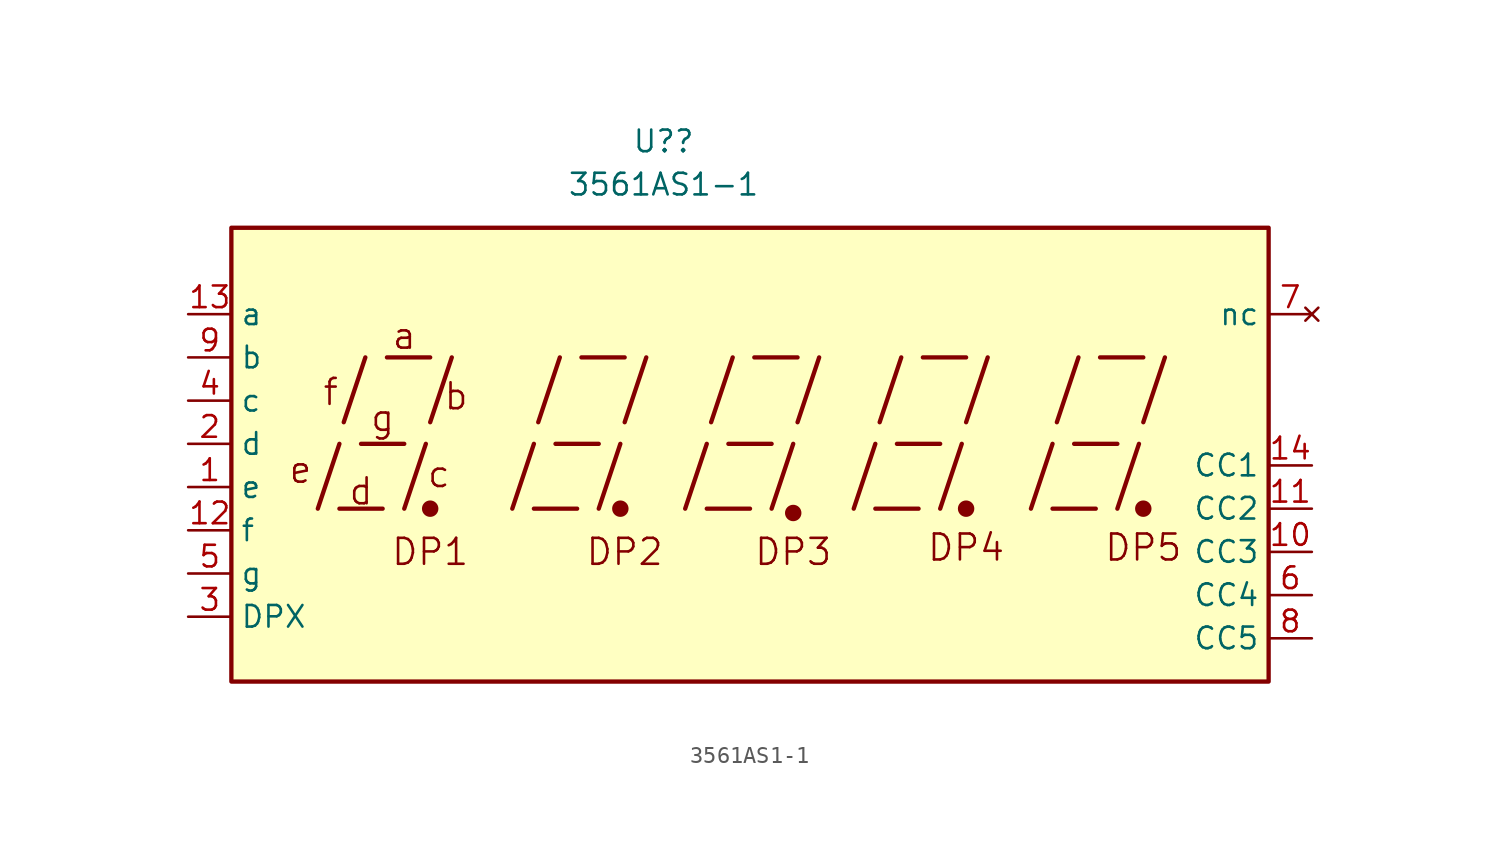
<source format=kicad_sym>
(kicad_symbol_lib
  (version 20211014)
  (generator kicad_symbol_editor)
  (symbol "3561AS1-1"
    (property "Reference" "U?"
      (at 0 17.78 0)
      (effects (font (size 1.27 1.27))))
    (property "Value" "3561AS1-1"
      (at 0 15.24 0)
      (effects (font (size 1.27 1.27))))
    (symbol "3561AS1-1_0_0"
      (rectangle (start -25.4 12.7) (end 35.56 -13.97) (stroke (width 0.254) (type default) (color 0 0 0 0)) (fill (type background)))
      (polyline (pts (xy -20.32 -3.81) (xy -19.05 0)) (stroke (width 0.254) (type default) (color 0 0 0 0)) (fill (type none)))
      (polyline (pts (xy -19.05 -3.81) (xy -16.51 -3.81)) (stroke (width 0.254) (type default) (color 0 0 0 0)) (fill (type none)))
      (polyline (pts (xy -18.796 1.27) (xy -17.526 5.08)) (stroke (width 0.254) (type default) (color 0 0 0 0)) (fill (type none)))
      (polyline (pts (xy -17.78 0) (xy -15.24 0)) (stroke (width 0.254) (type default) (color 0 0 0 0)) (fill (type none)))
      (polyline (pts (xy -16.256 5.08) (xy -13.716 5.08)) (stroke (width 0.254) (type default) (color 0 0 0 0)) (fill (type none)))
      (polyline (pts (xy -15.24 -3.81) (xy -13.97 0)) (stroke (width 0.254) (type default) (color 0 0 0 0)) (fill (type none)))
      (polyline (pts (xy -13.716 1.27) (xy -12.446 5.08)) (stroke (width 0.254) (type default) (color 0 0 0 0)) (fill (type none)))
      (polyline (pts (xy -8.89 -3.81) (xy -7.62 0)) (stroke (width 0.254) (type default) (color 0 0 0 0)) (fill (type none)))
      (polyline (pts (xy -7.62 -3.81) (xy -5.08 -3.81)) (stroke (width 0.254) (type default) (color 0 0 0 0)) (fill (type none)))
      (polyline (pts (xy -7.366 1.27) (xy -6.096 5.08)) (stroke (width 0.254) (type default) (color 0 0 0 0)) (fill (type none)))
      (polyline (pts (xy -6.35 0) (xy -3.81 0)) (stroke (width 0.254) (type default) (color 0 0 0 0)) (fill (type none)))
      (polyline (pts (xy -4.826 5.08) (xy -2.286 5.08)) (stroke (width 0.254) (type default) (color 0 0 0 0)) (fill (type none)))
      (polyline (pts (xy -3.81 -3.81) (xy -2.54 0)) (stroke (width 0.254) (type default) (color 0 0 0 0)) (fill (type none)))
      (polyline (pts (xy -2.286 1.27) (xy -1.016 5.08)) (stroke (width 0.254) (type default) (color 0 0 0 0)) (fill (type none)))
      (polyline (pts (xy 1.27 -3.81) (xy 2.54 0)) (stroke (width 0.254) (type default) (color 0 0 0 0)) (fill (type none)))
      (polyline (pts (xy 2.54 -3.81) (xy 5.08 -3.81)) (stroke (width 0.254) (type default) (color 0 0 0 0)) (fill (type none)))
      (polyline (pts (xy 2.794 1.27) (xy 4.064 5.08)) (stroke (width 0.254) (type default) (color 0 0 0 0)) (fill (type none)))
      (polyline (pts (xy 3.81 0) (xy 6.35 0)) (stroke (width 0.254) (type default) (color 0 0 0 0)) (fill (type none)))
      (polyline (pts (xy 5.334 5.08) (xy 7.874 5.08)) (stroke (width 0.254) (type default) (color 0 0 0 0)) (fill (type none)))
      (polyline (pts (xy 6.35 -3.81) (xy 7.62 0)) (stroke (width 0.254) (type default) (color 0 0 0 0)) (fill (type none)))
      (polyline (pts (xy 7.874 1.27) (xy 9.144 5.08)) (stroke (width 0.254) (type default) (color 0 0 0 0)) (fill (type none)))
      (polyline (pts (xy 11.176 -3.81) (xy 12.446 0)) (stroke (width 0.254) (type default) (color 0 0 0 0)) (fill (type none)))
      (polyline (pts (xy 12.446 -3.81) (xy 14.986 -3.81)) (stroke (width 0.254) (type default) (color 0 0 0 0)) (fill (type none)))
      (polyline (pts (xy 12.7 1.27) (xy 13.97 5.08)) (stroke (width 0.254) (type default) (color 0 0 0 0)) (fill (type none)))
      (polyline (pts (xy 13.716 0) (xy 16.256 0)) (stroke (width 0.254) (type default) (color 0 0 0 0)) (fill (type none)))
      (polyline (pts (xy 15.24 5.08) (xy 17.78 5.08)) (stroke (width 0.254) (type default) (color 0 0 0 0)) (fill (type none)))
      (polyline (pts (xy 16.256 -3.81) (xy 17.526 0)) (stroke (width 0.254) (type default) (color 0 0 0 0)) (fill (type none)))
      (polyline (pts (xy 17.78 1.27) (xy 19.05 5.08)) (stroke (width 0.254) (type default) (color 0 0 0 0)) (fill (type none)))
      (polyline (pts (xy 21.59 -3.81) (xy 22.86 0)) (stroke (width 0.254) (type default) (color 0 0 0 0)) (fill (type none)))
      (polyline (pts (xy 22.86 -3.81) (xy 25.4 -3.81)) (stroke (width 0.254) (type default) (color 0 0 0 0)) (fill (type none)))
      (polyline (pts (xy 23.114 1.27) (xy 24.384 5.08)) (stroke (width 0.254) (type default) (color 0 0 0 0)) (fill (type none)))
      (polyline (pts (xy 24.13 0) (xy 26.67 0)) (stroke (width 0.254) (type default) (color 0 0 0 0)) (fill (type none)))
      (polyline (pts (xy 25.654 5.08) (xy 28.194 5.08)) (stroke (width 0.254) (type default) (color 0 0 0 0)) (fill (type none)))
      (polyline (pts (xy 26.67 -3.81) (xy 27.94 0)) (stroke (width 0.254) (type default) (color 0 0 0 0)) (fill (type none)))
      (polyline (pts (xy 28.194 1.27) (xy 29.464 5.08)) (stroke (width 0.254) (type default) (color 0 0 0 0)) (fill (type none)))
      (text "a" (at -15.24 6.35 0) (effects (font (size 1.524 1.524))))
      (text "b" (at -12.192 2.794 0) (effects (font (size 1.524 1.524))))
      (text "c" (at -13.208 -1.778 0) (effects (font (size 1.524 1.524))))
      (text "d" (at -17.78 -2.794 0) (effects (font (size 1.524 1.524))))
      (text "DP1" (at -13.716 -6.35 0) (effects (font (size 1.524 1.524))))
      (text "DP2" (at -2.286 -6.35 0) (effects (font (size 1.524 1.524))))
      (text "DP3" (at 7.62 -6.35 0) (effects (font (size 1.524 1.524))))
      (text "DP4" (at 17.78 -6.096 0) (effects (font (size 1.524 1.524))))
      (text "DP5" (at 28.194 -6.096 0) (effects (font (size 1.524 1.524))))
      (text "e" (at -21.336 -1.524 0) (effects (font (size 1.524 1.524))))
      (text "f" (at -19.558 3.048 0) (effects (font (size 1.524 1.524))))
      (text "g" (at -16.51 1.524 0) (effects (font (size 1.524 1.524)))))
    (symbol "3561AS1-1_0_1"
      (circle (center -13.716 -3.81) (radius 0.356) (stroke (width 0.254) (type default) (color 0 0 0 0)) (fill (type outline)))
      (circle (center -2.54 -3.81) (radius 0.356) (stroke (width 0.254) (type default) (color 0 0 0 0)) (fill (type outline))))
    (symbol "3561AS1-1_1_0"
      (circle (center 7.62 -4.064) (radius 0.356) (stroke (width 0.254) (type default) (color 0 0 0 0)) (fill (type outline)))
      (circle (center 17.78 -3.81) (radius 0.356) (stroke (width 0.254) (type default) (color 0 0 0 0)) (fill (type outline)))
      (circle (center 28.194 -3.81) (radius 0.356) (stroke (width 0.254) (type default) (color 0 0 0 0)) (fill (type outline))))
    (symbol "3561AS1-1_1_1"
      (pin input line (at -27.94 -2.54 0) (length 2.54) (name "e" (effects (font (size 1.27 1.27)))) (number "1" (effects (font (size 1.27 1.27)))))
      (pin input line (at 38.1 -6.35 180) (length 2.54) (name "CC3" (effects (font (size 1.27 1.27)))) (number "10" (effects (font (size 1.27 1.27)))))
      (pin input line (at 38.1 -3.81 180) (length 2.54) (name "CC2" (effects (font (size 1.27 1.27)))) (number "11" (effects (font (size 1.27 1.27)))))
      (pin input line (at -27.94 -5.08 0) (length 2.54) (name "f" (effects (font (size 1.27 1.27)))) (number "12" (effects (font (size 1.27 1.27)))))
      (pin input line (at -27.94 7.62 0) (length 2.54) (name "a" (effects (font (size 1.27 1.27)))) (number "13" (effects (font (size 1.27 1.27)))))
      (pin input line (at 38.1 -1.27 180) (length 2.54) (name "CC1" (effects (font (size 1.27 1.27)))) (number "14" (effects (font (size 1.27 1.27)))))
      (pin input line (at -27.94 0 0) (length 2.54) (name "d" (effects (font (size 1.27 1.27)))) (number "2" (effects (font (size 1.27 1.27)))))
      (pin input line (at -27.94 -10.16 0) (length 2.54) (name "DPX" (effects (font (size 1.27 1.27)))) (number "3" (effects (font (size 1.27 1.27)))))
      (pin input line (at -27.94 2.54 0) (length 2.54) (name "c" (effects (font (size 1.27 1.27)))) (number "4" (effects (font (size 1.27 1.27)))))
      (pin input line (at -27.94 -7.62 0) (length 2.54) (name "g" (effects (font (size 1.27 1.27)))) (number "5" (effects (font (size 1.27 1.27)))))
      (pin input line (at 38.1 -8.89 180) (length 2.54) (name "CC4" (effects (font (size 1.27 1.27)))) (number "6" (effects (font (size 1.27 1.27)))))
      (pin no_connect line (at 38.1 7.62 180) (length 2.54) (name "nc" (effects (font (size 1.27 1.27)))) (number "7" (effects (font (size 1.27 1.27)))))
      (pin input line (at 38.1 -11.43 180) (length 2.54) (name "CC5" (effects (font (size 1.27 1.27)))) (number "8" (effects (font (size 1.27 1.27)))))
      (pin input line (at -27.94 5.08 0) (length 2.54) (name "b" (effects (font (size 1.27 1.27)))) (number "9" (effects (font (size 1.27 1.27))))))))
</source>
